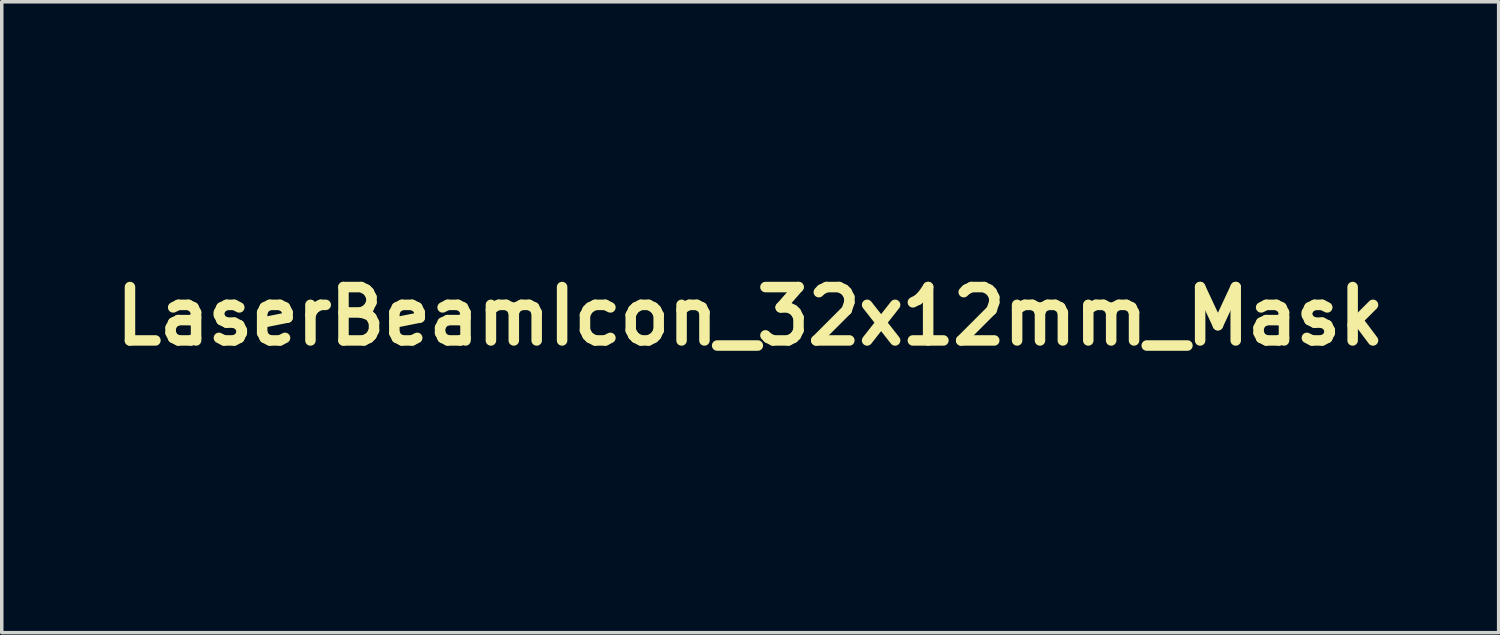
<source format=kicad_pcb>
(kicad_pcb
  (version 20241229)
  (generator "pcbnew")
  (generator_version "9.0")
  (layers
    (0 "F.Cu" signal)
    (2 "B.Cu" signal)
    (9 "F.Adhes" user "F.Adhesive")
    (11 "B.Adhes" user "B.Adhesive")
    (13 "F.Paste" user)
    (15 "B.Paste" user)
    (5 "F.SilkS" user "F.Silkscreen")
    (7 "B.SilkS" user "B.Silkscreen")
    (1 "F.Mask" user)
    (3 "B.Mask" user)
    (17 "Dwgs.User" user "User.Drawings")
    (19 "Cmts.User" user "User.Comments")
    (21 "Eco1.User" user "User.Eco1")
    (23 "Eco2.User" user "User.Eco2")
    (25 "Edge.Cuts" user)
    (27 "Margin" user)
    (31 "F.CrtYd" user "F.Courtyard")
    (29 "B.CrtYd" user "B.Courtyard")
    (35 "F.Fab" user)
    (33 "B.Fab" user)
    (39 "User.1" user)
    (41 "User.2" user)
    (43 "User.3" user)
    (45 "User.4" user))
  (footprint "LaserBeamIcon_32x12mm_Mask"
    (layer "F.Cu")
    (at 18.368 5.98)
    (property "Reference" "LaserBeamIcon_32x12mm_Mask" (at 0 0 0) (layer "F.SilkS") (effects (font (size 1.524 1.524) (thickness 0.3))))
    (attr exclude_from_pos_files exclude_from_bom)
    (fp_poly (pts (xy -9.936 -3.982) (xy -9.922 -1.984) (xy -9.747 -2.619) (xy -9.671 -2.896) (xy -9.596 -3.165) (xy -9.533 -3.394) (xy -9.493 -3.538) (xy -9.413 -3.821) (xy -9.218 -3.785) (xy -9.078 -3.751) (xy -8.986 -3.713) (xy -8.978 -3.707) (xy -8.975 -3.64) (xy -9 -3.484) (xy -9.05 -3.251) (xy -9.123 -2.953) (xy -9.216 -2.601) (xy -9.326 -2.207) (xy -9.344 -2.145) (xy -9.378 -2.009) (xy -9.384 -1.936) (xy -9.371 -1.934) (xy -9.334 -1.99) (xy -9.25 -2.128) (xy -9.127 -2.334) (xy -8.972 -2.6) (xy -8.789 -2.913) (xy -8.587 -3.262) (xy -8.439 -3.519) (xy -8.178 -3.972) (xy -7.966 -4.343) (xy -7.796 -4.637) (xy -7.662 -4.865) (xy -7.561 -5.033) (xy -7.485 -5.15) (xy -7.43 -5.223) (xy -7.389 -5.261) (xy -7.358 -5.271) (xy -7.33 -5.262) (xy -7.301 -5.241) (xy -7.264 -5.216) (xy -7.261 -5.215) (xy -7.133 -5.142) (xy -7.044 -5.088) (xy -7.035 -5.056) (xy -7.052 -4.986) (xy -7.102 -4.87) (xy -7.186 -4.7) (xy -7.31 -4.468) (xy -7.478 -4.166) (xy -7.692 -3.788) (xy -7.897 -3.432) (xy -8.115 -3.052) (xy -8.32 -2.696) (xy -8.502 -2.376) (xy -8.657 -2.104) (xy -8.778 -1.891) (xy -8.858 -1.749) (xy -8.888 -1.693) (xy -8.874 -1.686) (xy -8.796 -1.746) (xy -8.663 -1.863) (xy -8.487 -2.028) (xy -8.277 -2.233) (xy -8.261 -2.248) (xy -7.567 -2.935) (xy -7.225 -2.593) (xy -7.912 -1.899) (xy -8.119 -1.687) (xy -8.287 -1.507) (xy -8.408 -1.372) (xy -8.471 -1.289) (xy -8.469 -1.271) (xy -8.467 -1.272) (xy -8.39 -1.314) (xy -8.234 -1.402) (xy -8.01 -1.53) (xy -7.73 -1.69) (xy -7.405 -1.877) (xy -7.048 -2.083) (xy -6.799 -2.227) (xy -6.43 -2.44) (xy -6.088 -2.637) (xy -5.785 -2.81) (xy -5.532 -2.954) (xy -5.339 -3.062) (xy -5.219 -3.128) (xy -5.185 -3.146) (xy -5.103 -3.121) (xy -5.003 -2.993) (xy -4.987 -2.966) (xy -4.868 -2.757) (xy -5.225 -2.548) (xy -5.367 -2.466) (xy -5.584 -2.34) (xy -5.86 -2.179) (xy -6.18 -1.994) (xy -6.526 -1.794) (xy -6.879 -1.589) (xy -7.216 -1.393) (xy -7.524 -1.213) (xy -7.791 -1.056) (xy -8.004 -0.929) (xy -8.152 -0.839) (xy -8.222 -0.793) (xy -8.225 -0.791) (xy -8.214 -0.772) (xy -8.127 -0.786) (xy -8.093 -0.796) (xy -7.74 -0.896) (xy -7.401 -0.986) (xy -7.092 -1.064) (xy -6.828 -1.126) (xy -6.623 -1.168) (xy -6.493 -1.186) (xy -6.454 -1.182) (xy -6.417 -1.104) (xy -6.381 -0.97) (xy -6.375 -0.943) (xy -6.34 -0.748) (xy -6.596 -0.672) (xy -6.755 -0.627) (xy -6.983 -0.565) (xy -7.245 -0.494) (xy -7.435 -0.444) (xy -8.017 -0.291) (xy 4.088 -0.278) (xy 16.192 -0.264) (xy 16.192 0.317) (xy 4.088 0.331) (xy -8.017 0.344) (xy -7.435 0.497) (xy -7.17 0.567) (xy -6.914 0.636) (xy -6.702 0.695) (xy -6.596 0.725) (xy -6.34 0.801) (xy -6.375 0.996) (xy -6.41 1.135) (xy -6.448 1.227) (xy -6.454 1.235) (xy -6.518 1.236) (xy -6.668 1.212) (xy -6.889 1.165) (xy -7.166 1.099) (xy -7.484 1.018) (xy -7.828 0.924) (xy -8.093 0.849) (xy -8.197 0.826) (xy -8.231 0.835) (xy -8.225 0.844) (xy -8.168 0.882) (xy -8.031 0.965) (xy -7.827 1.088) (xy -7.568 1.241) (xy -7.265 1.418) (xy -6.932 1.612) (xy -6.879 1.642) (xy -6.522 1.849) (xy -6.176 2.049) (xy -5.857 2.234) (xy -5.581 2.394) (xy -5.365 2.52) (xy -5.225 2.601) (xy -4.868 2.809) (xy -4.987 3.019) (xy -5.089 3.162) (xy -5.174 3.201) (xy -5.185 3.198) (xy -5.248 3.166) (xy -5.391 3.086) (xy -5.603 2.966) (xy -5.873 2.813) (xy -6.189 2.631) (xy -6.541 2.429) (xy -6.799 2.28) (xy -7.17 2.065) (xy -7.518 1.865) (xy -7.829 1.686) (xy -8.091 1.536) (xy -8.294 1.421) (xy -8.425 1.347) (xy -8.467 1.325) (xy -8.474 1.339) (xy -8.414 1.417) (xy -8.297 1.549) (xy -8.132 1.726) (xy -7.927 1.936) (xy -7.912 1.952) (xy -7.225 2.646) (xy -7.567 2.988) (xy -8.261 2.301) (xy -8.473 2.094) (xy -8.653 1.926) (xy -8.788 1.805) (xy -8.871 1.741) (xy -8.889 1.743) (xy -8.888 1.746) (xy -8.847 1.822) (xy -8.759 1.978) (xy -8.631 2.203) (xy -8.471 2.485) (xy -8.283 2.812) (xy -8.076 3.173) (xy -7.897 3.485) (xy -7.642 3.929) (xy -7.438 4.29) (xy -7.28 4.576) (xy -7.165 4.794) (xy -7.088 4.952) (xy -7.046 5.058) (xy -7.035 5.119) (xy -7.044 5.141) (xy -7.143 5.201) (xy -7.261 5.268) (xy -7.299 5.292) (xy -7.328 5.313) (xy -7.356 5.324) (xy -7.387 5.315) (xy -7.427 5.279) (xy -7.481 5.208) (xy -7.555 5.094) (xy -7.655 4.93) (xy -7.786 4.706) (xy -7.954 4.416) (xy -8.164 4.05) (xy -8.421 3.602) (xy -8.439 3.572) (xy -8.651 3.204) (xy -8.848 2.865) (xy -9.023 2.566) (xy -9.169 2.317) (xy -9.28 2.13) (xy -9.35 2.017) (xy -9.371 1.987) (xy -9.385 2.002) (xy -9.371 2.097) (xy -9.344 2.198) (xy -9.232 2.597) (xy -9.136 2.956) (xy -9.06 3.263) (xy -9.006 3.507) (xy -8.977 3.675) (xy -8.976 3.756) (xy -8.978 3.759) (xy -9.056 3.796) (xy -9.19 3.832) (xy -9.218 3.838) (xy -9.413 3.874) (xy -9.493 3.59) (xy -9.539 3.425) (xy -9.604 3.19) (xy -9.679 2.918) (xy -9.747 2.672) (xy -9.922 2.037) (xy -9.936 4.035) (xy -9.95 6.032) (xy -10.425 6.032) (xy -10.425 4.039) (xy -10.425 3.593) (xy -10.427 3.183) (xy -10.43 2.82) (xy -10.433 2.516) (xy -10.437 2.282) (xy -10.442 2.13) (xy -10.448 2.07) (xy -10.448 2.07) (xy -10.47 2.127) (xy -10.513 2.267) (xy -10.571 2.471) (xy -10.64 2.72) (xy -10.663 2.806) (xy -10.758 3.163) (xy -10.831 3.43) (xy -10.886 3.62) (xy -10.931 3.746) (xy -10.971 3.818) (xy -11.012 3.851) (xy -11.06 3.855) (xy -11.121 3.844) (xy -11.158 3.837) (xy -11.297 3.803) (xy -11.387 3.765) (xy -11.394 3.759) (xy -11.398 3.693) (xy -11.373 3.537) (xy -11.323 3.304) (xy -11.25 3.006) (xy -11.157 2.654) (xy -11.047 2.26) (xy -11.029 2.198) (xy -10.995 2.062) (xy -10.989 1.989) (xy -11.002 1.987) (xy -11.04 2.043) (xy -11.123 2.181) (xy -11.246 2.388) (xy -11.402 2.653) (xy -11.584 2.966) (xy -11.786 3.315) (xy -11.934 3.572) (xy -12.147 3.943) (xy -12.347 4.29) (xy -12.526 4.6) (xy -12.677 4.86) (xy -12.794 5.061) (xy -12.869 5.189) (xy -12.893 5.228) (xy -12.97 5.35) (xy -13.166 5.232) (xy -13.29 5.157) (xy -13.369 5.108) (xy -13.38 5.101) (xy -13.359 5.053) (xy -13.291 4.925) (xy -13.181 4.726) (xy -13.036 4.467) (xy -12.861 4.158) (xy -12.663 3.81) (xy -12.475 3.483) (xy -12.256 3.103) (xy -12.052 2.747) (xy -11.87 2.428) (xy -11.715 2.156) (xy -11.594 1.943) (xy -11.515 1.801) (xy -11.485 1.746) (xy -11.499 1.739) (xy -11.577 1.799) (xy -11.709 1.916) (xy -11.886 2.081) (xy -12.096 2.285) (xy -12.112 2.301) (xy -12.806 2.988) (xy -13.148 2.646) (xy -12.461 1.951) (xy -12.248 1.734) (xy -12.068 1.548) (xy -11.93 1.403) (xy -11.846 1.311) (xy -11.826 1.282) (xy -11.827 1.282) (xy -11.884 1.314) (xy -12.021 1.392) (xy -12.229 1.511) (xy -12.496 1.664) (xy -12.811 1.846) (xy -13.165 2.049) (xy -13.494 2.239) (xy -13.872 2.456) (xy -14.223 2.657) (xy -14.537 2.836) (xy -14.801 2.986) (xy -15.005 3.1) (xy -15.138 3.173) (xy -15.187 3.198) (xy -15.269 3.175) (xy -15.368 3.05) (xy -15.386 3.019) (xy -15.505 2.81) (xy -15.2 2.632) (xy -15.077 2.56) (xy -14.877 2.444) (xy -14.614 2.292) (xy -14.302 2.112) (xy -13.957 1.912) (xy -13.592 1.702) (xy -13.483 1.639) (xy -13.134 1.437) (xy -12.817 1.253) (xy -12.543 1.093) (xy -12.323 0.963) (xy -12.168 0.87) (xy -12.089 0.821) (xy -12.081 0.814) (xy -12.133 0.824) (xy -12.27 0.857) (xy -12.476 0.909) (xy -12.733 0.976) (xy -12.965 1.038) (xy -13.256 1.113) (xy -13.513 1.176) (xy -13.717 1.222) (xy -13.852 1.246) (xy -13.897 1.248) (xy -13.942 1.187) (xy -13.984 1.066) (xy -14.01 0.932) (xy -14.01 0.829) (xy -14 0.806) (xy -13.941 0.783) (xy -13.798 0.738) (xy -13.588 0.676) (xy -13.329 0.603) (xy -13.137 0.551) (xy -12.303 0.325) (xy -14.248 0.321) (xy -16.192 0.318) (xy -16.192 -0.265) (xy -14.248 -0.268) (xy -12.303 -0.272) (xy -13.137 -0.498) (xy -13.418 -0.575) (xy -13.663 -0.645) (xy -13.853 -0.702) (xy -13.971 -0.74) (xy -14 -0.753) (xy -14.014 -0.827) (xy -13.998 -0.953) (xy -13.962 -1.085) (xy -13.917 -1.178) (xy -13.897 -1.195) (xy -13.829 -1.19) (xy -13.676 -1.16) (xy -13.458 -1.11) (xy -13.191 -1.044) (xy -12.965 -0.985) (xy -12.678 -0.909) (xy -12.429 -0.845) (xy -12.236 -0.796) (xy -12.115 -0.767) (xy -12.081 -0.761) (xy -12.122 -0.789) (xy -12.244 -0.863) (xy -12.436 -0.977) (xy -12.687 -1.124) (xy -12.986 -1.298) (xy -13.322 -1.493) (xy -13.483 -1.586) (xy -13.851 -1.798) (xy -14.203 -2.002) (xy -14.526 -2.189) (xy -14.805 -2.35) (xy -15.026 -2.478) (xy -15.173 -2.563) (xy -15.2 -2.579) (xy -15.505 -2.757) (xy -15.386 -2.966) (xy -15.284 -3.109) (xy -15.2 -3.148) (xy -15.187 -3.145) (xy -15.124 -3.113) (xy -14.98 -3.033) (xy -14.767 -2.913) (xy -14.495 -2.759) (xy -14.176 -2.577) (xy -13.82 -2.373) (xy -13.494 -2.186) (xy -13.117 -1.968) (xy -12.768 -1.768) (xy -12.458 -1.59) (xy -12.198 -1.441) (xy -11.999 -1.327) (xy -11.871 -1.254) (xy -11.827 -1.229) (xy -11.845 -1.256) (xy -11.928 -1.347) (xy -12.064 -1.491) (xy -12.243 -1.676) (xy -12.455 -1.892) (xy -12.461 -1.898) (xy -13.148 -2.593) (xy -12.806 -2.935) (xy -12.112 -2.248) (xy -11.9 -2.041) (xy -11.72 -1.873) (xy -11.584 -1.752) (xy -11.502 -1.689) (xy -11.483 -1.691) (xy -11.485 -1.693) (xy -11.526 -1.769) (xy -11.614 -1.925) (xy -11.741 -2.15) (xy -11.902 -2.432) (xy -12.089 -2.759) (xy -12.296 -3.12) (xy -12.474 -3.43) (xy -12.689 -3.804) (xy -12.885 -4.147) (xy -13.056 -4.45) (xy -13.197 -4.702) (xy -13.302 -4.893) (xy -13.364 -5.011) (xy -13.38 -5.048) (xy -13.327 -5.081) (xy -13.217 -5.148) (xy -13.166 -5.179) (xy -12.97 -5.297) (xy -12.893 -5.175) (xy -12.849 -5.101) (xy -12.759 -4.947) (xy -12.629 -4.725) (xy -12.468 -4.446) (xy -12.281 -4.122) (xy -12.076 -3.766) (xy -11.934 -3.519) (xy -11.722 -3.151) (xy -11.525 -2.812) (xy -11.35 -2.512) (xy -11.204 -2.264) (xy -11.093 -2.077) (xy -11.023 -1.964) (xy -11.002 -1.934) (xy -10.988 -1.949) (xy -11.002 -2.044) (xy -11.029 -2.145) (xy -11.141 -2.544) (xy -11.237 -2.903) (xy -11.313 -3.21) (xy -11.367 -3.454) (xy -11.396 -3.622) (xy -11.397 -3.703) (xy -11.394 -3.707) (xy -11.317 -3.743) (xy -11.183 -3.779) (xy -11.158 -3.784) (xy -11.088 -3.798) (xy -11.035 -3.803) (xy -10.991 -3.786) (xy -10.951 -3.734) (xy -10.909 -3.637) (xy -10.86 -3.48) (xy -10.796 -3.252) (xy -10.713 -2.941) (xy -10.663 -2.753) (xy -10.592 -2.494) (xy -10.53 -2.273) (xy -10.481 -2.111) (xy -10.453 -2.025) (xy -10.448 -2.017) (xy -10.443 -2.062) (xy -10.438 -2.202) (xy -10.434 -2.426) (xy -10.43 -2.72) (xy -10.427 -3.076) (xy -10.425 -3.48) (xy -10.425 -3.922) (xy -10.425 -3.986) (xy -10.425 -5.98) (xy -9.95 -5.98)) (stroke (width 0) (type solid)) (fill yes) (layer "F.Mask")))
  (gr_rect
    (start -3 -3)
    (end 39.736 15.012)
    (stroke (width 0.1) (type default))
    (fill no)
    (layer "Edge.Cuts")))
</source>
